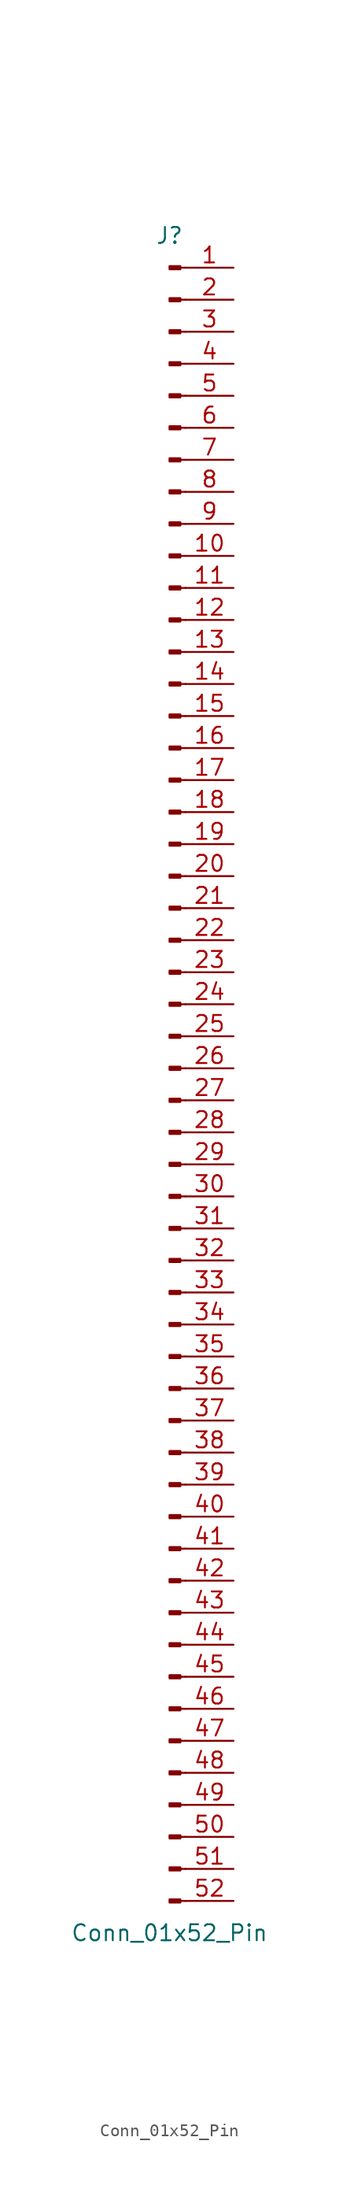
<source format=kicad_sym>
(kicad_symbol_lib
  (version 20241209)
  (generator "kicad_symbol_editor")
  (generator_version "9.0")
  (symbol "Conn_01x52_Pin"
    (pin_names
      (offset 1.016)
      (hide yes))
    (property "Reference" "J"
      (at 0 66.04 0)
      (effects (font (size 1.27 1.27))))
    (property "Value" "Conn_01x52_Pin"
      (at 0 -68.58 0)
      (effects (font (size 1.27 1.27))))
    (property "ki_locked" ""
      (at 0 0 0)
      (effects (font (size 1.27 1.27))))
    (symbol "Conn_01x52_Pin_1_1"
      (rectangle (start 0.864 63.627) (end 0 63.373) (stroke (width 0.152) (type default)) (fill (type outline)))
      (rectangle (start 0.864 61.087) (end 0 60.833) (stroke (width 0.152) (type default)) (fill (type outline)))
      (rectangle (start 0.864 58.547) (end 0 58.293) (stroke (width 0.152) (type default)) (fill (type outline)))
      (rectangle (start 0.864 56.007) (end 0 55.753) (stroke (width 0.152) (type default)) (fill (type outline)))
      (rectangle (start 0.864 53.467) (end 0 53.213) (stroke (width 0.152) (type default)) (fill (type outline)))
      (rectangle (start 0.864 50.927) (end 0 50.673) (stroke (width 0.152) (type default)) (fill (type outline)))
      (rectangle (start 0.864 48.387) (end 0 48.133) (stroke (width 0.152) (type default)) (fill (type outline)))
      (rectangle (start 0.864 45.847) (end 0 45.593) (stroke (width 0.152) (type default)) (fill (type outline)))
      (rectangle (start 0.864 43.307) (end 0 43.053) (stroke (width 0.152) (type default)) (fill (type outline)))
      (rectangle (start 0.864 40.767) (end 0 40.513) (stroke (width 0.152) (type default)) (fill (type outline)))
      (rectangle (start 0.864 38.227) (end 0 37.973) (stroke (width 0.152) (type default)) (fill (type outline)))
      (rectangle (start 0.864 35.687) (end 0 35.433) (stroke (width 0.152) (type default)) (fill (type outline)))
      (rectangle (start 0.864 33.147) (end 0 32.893) (stroke (width 0.152) (type default)) (fill (type outline)))
      (rectangle (start 0.864 30.607) (end 0 30.353) (stroke (width 0.152) (type default)) (fill (type outline)))
      (rectangle (start 0.864 28.067) (end 0 27.813) (stroke (width 0.152) (type default)) (fill (type outline)))
      (rectangle (start 0.864 25.527) (end 0 25.273) (stroke (width 0.152) (type default)) (fill (type outline)))
      (rectangle (start 0.864 22.987) (end 0 22.733) (stroke (width 0.152) (type default)) (fill (type outline)))
      (rectangle (start 0.864 20.447) (end 0 20.193) (stroke (width 0.152) (type default)) (fill (type outline)))
      (rectangle (start 0.864 17.907) (end 0 17.653) (stroke (width 0.152) (type default)) (fill (type outline)))
      (rectangle (start 0.864 15.367) (end 0 15.113) (stroke (width 0.152) (type default)) (fill (type outline)))
      (rectangle (start 0.864 12.827) (end 0 12.573) (stroke (width 0.152) (type default)) (fill (type outline)))
      (rectangle (start 0.864 10.287) (end 0 10.033) (stroke (width 0.152) (type default)) (fill (type outline)))
      (rectangle (start 0.864 7.747) (end 0 7.493) (stroke (width 0.152) (type default)) (fill (type outline)))
      (rectangle (start 0.864 5.207) (end 0 4.953) (stroke (width 0.152) (type default)) (fill (type outline)))
      (rectangle (start 0.864 2.667) (end 0 2.413) (stroke (width 0.152) (type default)) (fill (type outline)))
      (rectangle (start 0.864 0.127) (end 0 -0.127) (stroke (width 0.152) (type default)) (fill (type outline)))
      (rectangle (start 0.864 -2.413) (end 0 -2.667) (stroke (width 0.152) (type default)) (fill (type outline)))
      (rectangle (start 0.864 -4.953) (end 0 -5.207) (stroke (width 0.152) (type default)) (fill (type outline)))
      (rectangle (start 0.864 -7.493) (end 0 -7.747) (stroke (width 0.152) (type default)) (fill (type outline)))
      (rectangle (start 0.864 -10.033) (end 0 -10.287) (stroke (width 0.152) (type default)) (fill (type outline)))
      (rectangle (start 0.864 -12.573) (end 0 -12.827) (stroke (width 0.152) (type default)) (fill (type outline)))
      (rectangle (start 0.864 -15.113) (end 0 -15.367) (stroke (width 0.152) (type default)) (fill (type outline)))
      (rectangle (start 0.864 -17.653) (end 0 -17.907) (stroke (width 0.152) (type default)) (fill (type outline)))
      (rectangle (start 0.864 -20.193) (end 0 -20.447) (stroke (width 0.152) (type default)) (fill (type outline)))
      (rectangle (start 0.864 -22.733) (end 0 -22.987) (stroke (width 0.152) (type default)) (fill (type outline)))
      (rectangle (start 0.864 -25.273) (end 0 -25.527) (stroke (width 0.152) (type default)) (fill (type outline)))
      (rectangle (start 0.864 -27.813) (end 0 -28.067) (stroke (width 0.152) (type default)) (fill (type outline)))
      (rectangle (start 0.864 -30.353) (end 0 -30.607) (stroke (width 0.152) (type default)) (fill (type outline)))
      (rectangle (start 0.864 -32.893) (end 0 -33.147) (stroke (width 0.152) (type default)) (fill (type outline)))
      (rectangle (start 0.864 -35.433) (end 0 -35.687) (stroke (width 0.152) (type default)) (fill (type outline)))
      (rectangle (start 0.864 -37.973) (end 0 -38.227) (stroke (width 0.152) (type default)) (fill (type outline)))
      (rectangle (start 0.864 -40.513) (end 0 -40.767) (stroke (width 0.152) (type default)) (fill (type outline)))
      (rectangle (start 0.864 -43.053) (end 0 -43.307) (stroke (width 0.152) (type default)) (fill (type outline)))
      (rectangle (start 0.864 -45.593) (end 0 -45.847) (stroke (width 0.152) (type default)) (fill (type outline)))
      (rectangle (start 0.864 -48.133) (end 0 -48.387) (stroke (width 0.152) (type default)) (fill (type outline)))
      (rectangle (start 0.864 -50.673) (end 0 -50.927) (stroke (width 0.152) (type default)) (fill (type outline)))
      (rectangle (start 0.864 -53.213) (end 0 -53.467) (stroke (width 0.152) (type default)) (fill (type outline)))
      (rectangle (start 0.864 -55.753) (end 0 -56.007) (stroke (width 0.152) (type default)) (fill (type outline)))
      (rectangle (start 0.864 -58.293) (end 0 -58.547) (stroke (width 0.152) (type default)) (fill (type outline)))
      (rectangle (start 0.864 -60.833) (end 0 -61.087) (stroke (width 0.152) (type default)) (fill (type outline)))
      (rectangle (start 0.864 -63.373) (end 0 -63.627) (stroke (width 0.152) (type default)) (fill (type outline)))
      (rectangle (start 0.864 -65.913) (end 0 -66.167) (stroke (width 0.152) (type default)) (fill (type outline)))
      (polyline (pts (xy 1.27 63.5) (xy 0.864 63.5)) (stroke (width 0.152) (type default)) (fill (type none)))
      (polyline (pts (xy 1.27 60.96) (xy 0.864 60.96)) (stroke (width 0.152) (type default)) (fill (type none)))
      (polyline (pts (xy 1.27 58.42) (xy 0.864 58.42)) (stroke (width 0.152) (type default)) (fill (type none)))
      (polyline (pts (xy 1.27 55.88) (xy 0.864 55.88)) (stroke (width 0.152) (type default)) (fill (type none)))
      (polyline (pts (xy 1.27 53.34) (xy 0.864 53.34)) (stroke (width 0.152) (type default)) (fill (type none)))
      (polyline (pts (xy 1.27 50.8) (xy 0.864 50.8)) (stroke (width 0.152) (type default)) (fill (type none)))
      (polyline (pts (xy 1.27 48.26) (xy 0.864 48.26)) (stroke (width 0.152) (type default)) (fill (type none)))
      (polyline (pts (xy 1.27 45.72) (xy 0.864 45.72)) (stroke (width 0.152) (type default)) (fill (type none)))
      (polyline (pts (xy 1.27 43.18) (xy 0.864 43.18)) (stroke (width 0.152) (type default)) (fill (type none)))
      (polyline (pts (xy 1.27 40.64) (xy 0.864 40.64)) (stroke (width 0.152) (type default)) (fill (type none)))
      (polyline (pts (xy 1.27 38.1) (xy 0.864 38.1)) (stroke (width 0.152) (type default)) (fill (type none)))
      (polyline (pts (xy 1.27 35.56) (xy 0.864 35.56)) (stroke (width 0.152) (type default)) (fill (type none)))
      (polyline (pts (xy 1.27 33.02) (xy 0.864 33.02)) (stroke (width 0.152) (type default)) (fill (type none)))
      (polyline (pts (xy 1.27 30.48) (xy 0.864 30.48)) (stroke (width 0.152) (type default)) (fill (type none)))
      (polyline (pts (xy 1.27 27.94) (xy 0.864 27.94)) (stroke (width 0.152) (type default)) (fill (type none)))
      (polyline (pts (xy 1.27 25.4) (xy 0.864 25.4)) (stroke (width 0.152) (type default)) (fill (type none)))
      (polyline (pts (xy 1.27 22.86) (xy 0.864 22.86)) (stroke (width 0.152) (type default)) (fill (type none)))
      (polyline (pts (xy 1.27 20.32) (xy 0.864 20.32)) (stroke (width 0.152) (type default)) (fill (type none)))
      (polyline (pts (xy 1.27 17.78) (xy 0.864 17.78)) (stroke (width 0.152) (type default)) (fill (type none)))
      (polyline (pts (xy 1.27 15.24) (xy 0.864 15.24)) (stroke (width 0.152) (type default)) (fill (type none)))
      (polyline (pts (xy 1.27 12.7) (xy 0.864 12.7)) (stroke (width 0.152) (type default)) (fill (type none)))
      (polyline (pts (xy 1.27 10.16) (xy 0.864 10.16)) (stroke (width 0.152) (type default)) (fill (type none)))
      (polyline (pts (xy 1.27 7.62) (xy 0.864 7.62)) (stroke (width 0.152) (type default)) (fill (type none)))
      (polyline (pts (xy 1.27 5.08) (xy 0.864 5.08)) (stroke (width 0.152) (type default)) (fill (type none)))
      (polyline (pts (xy 1.27 2.54) (xy 0.864 2.54)) (stroke (width 0.152) (type default)) (fill (type none)))
      (polyline (pts (xy 1.27 0) (xy 0.864 0)) (stroke (width 0.152) (type default)) (fill (type none)))
      (polyline (pts (xy 1.27 -2.54) (xy 0.864 -2.54)) (stroke (width 0.152) (type default)) (fill (type none)))
      (polyline (pts (xy 1.27 -5.08) (xy 0.864 -5.08)) (stroke (width 0.152) (type default)) (fill (type none)))
      (polyline (pts (xy 1.27 -7.62) (xy 0.864 -7.62)) (stroke (width 0.152) (type default)) (fill (type none)))
      (polyline (pts (xy 1.27 -10.16) (xy 0.864 -10.16)) (stroke (width 0.152) (type default)) (fill (type none)))
      (polyline (pts (xy 1.27 -12.7) (xy 0.864 -12.7)) (stroke (width 0.152) (type default)) (fill (type none)))
      (polyline (pts (xy 1.27 -15.24) (xy 0.864 -15.24)) (stroke (width 0.152) (type default)) (fill (type none)))
      (polyline (pts (xy 1.27 -17.78) (xy 0.864 -17.78)) (stroke (width 0.152) (type default)) (fill (type none)))
      (polyline (pts (xy 1.27 -20.32) (xy 0.864 -20.32)) (stroke (width 0.152) (type default)) (fill (type none)))
      (polyline (pts (xy 1.27 -22.86) (xy 0.864 -22.86)) (stroke (width 0.152) (type default)) (fill (type none)))
      (polyline (pts (xy 1.27 -25.4) (xy 0.864 -25.4)) (stroke (width 0.152) (type default)) (fill (type none)))
      (polyline (pts (xy 1.27 -27.94) (xy 0.864 -27.94)) (stroke (width 0.152) (type default)) (fill (type none)))
      (polyline (pts (xy 1.27 -30.48) (xy 0.864 -30.48)) (stroke (width 0.152) (type default)) (fill (type none)))
      (polyline (pts (xy 1.27 -33.02) (xy 0.864 -33.02)) (stroke (width 0.152) (type default)) (fill (type none)))
      (polyline (pts (xy 1.27 -35.56) (xy 0.864 -35.56)) (stroke (width 0.152) (type default)) (fill (type none)))
      (polyline (pts (xy 1.27 -38.1) (xy 0.864 -38.1)) (stroke (width 0.152) (type default)) (fill (type none)))
      (polyline (pts (xy 1.27 -40.64) (xy 0.864 -40.64)) (stroke (width 0.152) (type default)) (fill (type none)))
      (polyline (pts (xy 1.27 -43.18) (xy 0.864 -43.18)) (stroke (width 0.152) (type default)) (fill (type none)))
      (polyline (pts (xy 1.27 -45.72) (xy 0.864 -45.72)) (stroke (width 0.152) (type default)) (fill (type none)))
      (polyline (pts (xy 1.27 -48.26) (xy 0.864 -48.26)) (stroke (width 0.152) (type default)) (fill (type none)))
      (polyline (pts (xy 1.27 -50.8) (xy 0.864 -50.8)) (stroke (width 0.152) (type default)) (fill (type none)))
      (polyline (pts (xy 1.27 -53.34) (xy 0.864 -53.34)) (stroke (width 0.152) (type default)) (fill (type none)))
      (polyline (pts (xy 1.27 -55.88) (xy 0.864 -55.88)) (stroke (width 0.152) (type default)) (fill (type none)))
      (polyline (pts (xy 1.27 -58.42) (xy 0.864 -58.42)) (stroke (width 0.152) (type default)) (fill (type none)))
      (polyline (pts (xy 1.27 -60.96) (xy 0.864 -60.96)) (stroke (width 0.152) (type default)) (fill (type none)))
      (polyline (pts (xy 1.27 -63.5) (xy 0.864 -63.5)) (stroke (width 0.152) (type default)) (fill (type none)))
      (polyline (pts (xy 1.27 -66.04) (xy 0.864 -66.04)) (stroke (width 0.152) (type default)) (fill (type none)))
      (pin passive line (at 5.08 63.5 180) (length 3.81) (name "Pin_1" (effects (font (size 1.27 1.27)))) (number "1" (effects (font (size 1.27 1.27)))))
      (pin passive line (at 5.08 60.96 180) (length 3.81) (name "Pin_2" (effects (font (size 1.27 1.27)))) (number "2" (effects (font (size 1.27 1.27)))))
      (pin passive line (at 5.08 58.42 180) (length 3.81) (name "Pin_3" (effects (font (size 1.27 1.27)))) (number "3" (effects (font (size 1.27 1.27)))))
      (pin passive line (at 5.08 55.88 180) (length 3.81) (name "Pin_4" (effects (font (size 1.27 1.27)))) (number "4" (effects (font (size 1.27 1.27)))))
      (pin passive line (at 5.08 53.34 180) (length 3.81) (name "Pin_5" (effects (font (size 1.27 1.27)))) (number "5" (effects (font (size 1.27 1.27)))))
      (pin passive line (at 5.08 50.8 180) (length 3.81) (name "Pin_6" (effects (font (size 1.27 1.27)))) (number "6" (effects (font (size 1.27 1.27)))))
      (pin passive line (at 5.08 48.26 180) (length 3.81) (name "Pin_7" (effects (font (size 1.27 1.27)))) (number "7" (effects (font (size 1.27 1.27)))))
      (pin passive line (at 5.08 45.72 180) (length 3.81) (name "Pin_8" (effects (font (size 1.27 1.27)))) (number "8" (effects (font (size 1.27 1.27)))))
      (pin passive line (at 5.08 43.18 180) (length 3.81) (name "Pin_9" (effects (font (size 1.27 1.27)))) (number "9" (effects (font (size 1.27 1.27)))))
      (pin passive line (at 5.08 40.64 180) (length 3.81) (name "Pin_10" (effects (font (size 1.27 1.27)))) (number "10" (effects (font (size 1.27 1.27)))))
      (pin passive line (at 5.08 38.1 180) (length 3.81) (name "Pin_11" (effects (font (size 1.27 1.27)))) (number "11" (effects (font (size 1.27 1.27)))))
      (pin passive line (at 5.08 35.56 180) (length 3.81) (name "Pin_12" (effects (font (size 1.27 1.27)))) (number "12" (effects (font (size 1.27 1.27)))))
      (pin passive line (at 5.08 33.02 180) (length 3.81) (name "Pin_13" (effects (font (size 1.27 1.27)))) (number "13" (effects (font (size 1.27 1.27)))))
      (pin passive line (at 5.08 30.48 180) (length 3.81) (name "Pin_14" (effects (font (size 1.27 1.27)))) (number "14" (effects (font (size 1.27 1.27)))))
      (pin passive line (at 5.08 27.94 180) (length 3.81) (name "Pin_15" (effects (font (size 1.27 1.27)))) (number "15" (effects (font (size 1.27 1.27)))))
      (pin passive line (at 5.08 25.4 180) (length 3.81) (name "Pin_16" (effects (font (size 1.27 1.27)))) (number "16" (effects (font (size 1.27 1.27)))))
      (pin passive line (at 5.08 22.86 180) (length 3.81) (name "Pin_17" (effects (font (size 1.27 1.27)))) (number "17" (effects (font (size 1.27 1.27)))))
      (pin passive line (at 5.08 20.32 180) (length 3.81) (name "Pin_18" (effects (font (size 1.27 1.27)))) (number "18" (effects (font (size 1.27 1.27)))))
      (pin passive line (at 5.08 17.78 180) (length 3.81) (name "Pin_19" (effects (font (size 1.27 1.27)))) (number "19" (effects (font (size 1.27 1.27)))))
      (pin passive line (at 5.08 15.24 180) (length 3.81) (name "Pin_20" (effects (font (size 1.27 1.27)))) (number "20" (effects (font (size 1.27 1.27)))))
      (pin passive line (at 5.08 12.7 180) (length 3.81) (name "Pin_21" (effects (font (size 1.27 1.27)))) (number "21" (effects (font (size 1.27 1.27)))))
      (pin passive line (at 5.08 10.16 180) (length 3.81) (name "Pin_22" (effects (font (size 1.27 1.27)))) (number "22" (effects (font (size 1.27 1.27)))))
      (pin passive line (at 5.08 7.62 180) (length 3.81) (name "Pin_23" (effects (font (size 1.27 1.27)))) (number "23" (effects (font (size 1.27 1.27)))))
      (pin passive line (at 5.08 5.08 180) (length 3.81) (name "Pin_24" (effects (font (size 1.27 1.27)))) (number "24" (effects (font (size 1.27 1.27)))))
      (pin passive line (at 5.08 2.54 180) (length 3.81) (name "Pin_25" (effects (font (size 1.27 1.27)))) (number "25" (effects (font (size 1.27 1.27)))))
      (pin passive line (at 5.08 0 180) (length 3.81) (name "Pin_26" (effects (font (size 1.27 1.27)))) (number "26" (effects (font (size 1.27 1.27)))))
      (pin passive line (at 5.08 -2.54 180) (length 3.81) (name "Pin_27" (effects (font (size 1.27 1.27)))) (number "27" (effects (font (size 1.27 1.27)))))
      (pin passive line (at 5.08 -5.08 180) (length 3.81) (name "Pin_28" (effects (font (size 1.27 1.27)))) (number "28" (effects (font (size 1.27 1.27)))))
      (pin passive line (at 5.08 -7.62 180) (length 3.81) (name "Pin_29" (effects (font (size 1.27 1.27)))) (number "29" (effects (font (size 1.27 1.27)))))
      (pin passive line (at 5.08 -10.16 180) (length 3.81) (name "Pin_30" (effects (font (size 1.27 1.27)))) (number "30" (effects (font (size 1.27 1.27)))))
      (pin passive line (at 5.08 -12.7 180) (length 3.81) (name "Pin_31" (effects (font (size 1.27 1.27)))) (number "31" (effects (font (size 1.27 1.27)))))
      (pin passive line (at 5.08 -15.24 180) (length 3.81) (name "Pin_32" (effects (font (size 1.27 1.27)))) (number "32" (effects (font (size 1.27 1.27)))))
      (pin passive line (at 5.08 -17.78 180) (length 3.81) (name "Pin_33" (effects (font (size 1.27 1.27)))) (number "33" (effects (font (size 1.27 1.27)))))
      (pin passive line (at 5.08 -20.32 180) (length 3.81) (name "Pin_34" (effects (font (size 1.27 1.27)))) (number "34" (effects (font (size 1.27 1.27)))))
      (pin passive line (at 5.08 -22.86 180) (length 3.81) (name "Pin_35" (effects (font (size 1.27 1.27)))) (number "35" (effects (font (size 1.27 1.27)))))
      (pin passive line (at 5.08 -25.4 180) (length 3.81) (name "Pin_36" (effects (font (size 1.27 1.27)))) (number "36" (effects (font (size 1.27 1.27)))))
      (pin passive line (at 5.08 -27.94 180) (length 3.81) (name "Pin_37" (effects (font (size 1.27 1.27)))) (number "37" (effects (font (size 1.27 1.27)))))
      (pin passive line (at 5.08 -30.48 180) (length 3.81) (name "Pin_38" (effects (font (size 1.27 1.27)))) (number "38" (effects (font (size 1.27 1.27)))))
      (pin passive line (at 5.08 -33.02 180) (length 3.81) (name "Pin_39" (effects (font (size 1.27 1.27)))) (number "39" (effects (font (size 1.27 1.27)))))
      (pin passive line (at 5.08 -35.56 180) (length 3.81) (name "Pin_40" (effects (font (size 1.27 1.27)))) (number "40" (effects (font (size 1.27 1.27)))))
      (pin passive line (at 5.08 -38.1 180) (length 3.81) (name "Pin_41" (effects (font (size 1.27 1.27)))) (number "41" (effects (font (size 1.27 1.27)))))
      (pin passive line (at 5.08 -40.64 180) (length 3.81) (name "Pin_42" (effects (font (size 1.27 1.27)))) (number "42" (effects (font (size 1.27 1.27)))))
      (pin passive line (at 5.08 -43.18 180) (length 3.81) (name "Pin_43" (effects (font (size 1.27 1.27)))) (number "43" (effects (font (size 1.27 1.27)))))
      (pin passive line (at 5.08 -45.72 180) (length 3.81) (name "Pin_44" (effects (font (size 1.27 1.27)))) (number "44" (effects (font (size 1.27 1.27)))))
      (pin passive line (at 5.08 -48.26 180) (length 3.81) (name "Pin_45" (effects (font (size 1.27 1.27)))) (number "45" (effects (font (size 1.27 1.27)))))
      (pin passive line (at 5.08 -50.8 180) (length 3.81) (name "Pin_46" (effects (font (size 1.27 1.27)))) (number "46" (effects (font (size 1.27 1.27)))))
      (pin passive line (at 5.08 -53.34 180) (length 3.81) (name "Pin_47" (effects (font (size 1.27 1.27)))) (number "47" (effects (font (size 1.27 1.27)))))
      (pin passive line (at 5.08 -55.88 180) (length 3.81) (name "Pin_48" (effects (font (size 1.27 1.27)))) (number "48" (effects (font (size 1.27 1.27)))))
      (pin passive line (at 5.08 -58.42 180) (length 3.81) (name "Pin_49" (effects (font (size 1.27 1.27)))) (number "49" (effects (font (size 1.27 1.27)))))
      (pin passive line (at 5.08 -60.96 180) (length 3.81) (name "Pin_50" (effects (font (size 1.27 1.27)))) (number "50" (effects (font (size 1.27 1.27)))))
      (pin passive line (at 5.08 -63.5 180) (length 3.81) (name "Pin_51" (effects (font (size 1.27 1.27)))) (number "51" (effects (font (size 1.27 1.27)))))
      (pin passive line (at 5.08 -66.04 180) (length 3.81) (name "Pin_52" (effects (font (size 1.27 1.27)))) (number "52" (effects (font (size 1.27 1.27))))))))
</source>
